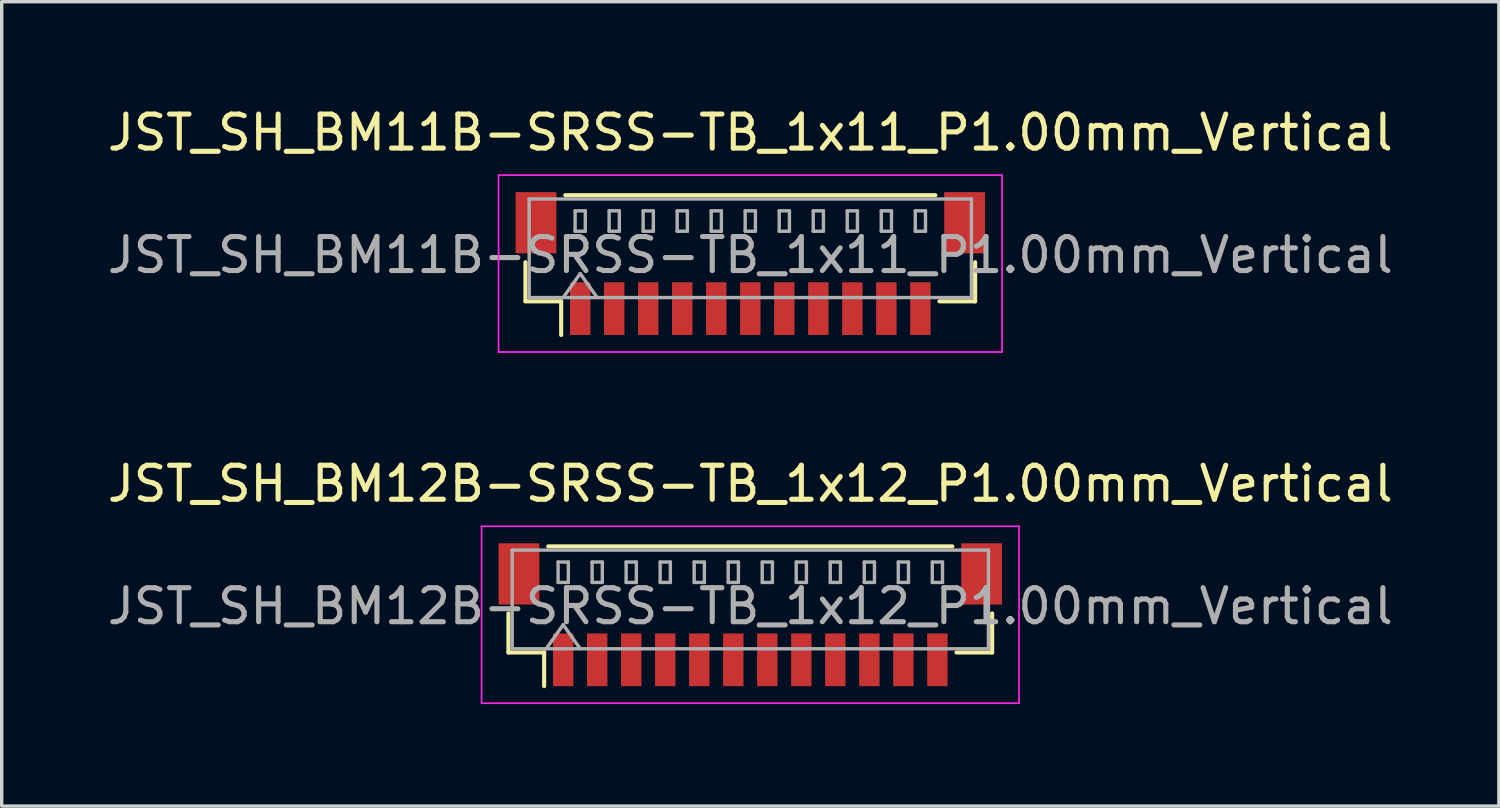
<source format=kicad_pcb>
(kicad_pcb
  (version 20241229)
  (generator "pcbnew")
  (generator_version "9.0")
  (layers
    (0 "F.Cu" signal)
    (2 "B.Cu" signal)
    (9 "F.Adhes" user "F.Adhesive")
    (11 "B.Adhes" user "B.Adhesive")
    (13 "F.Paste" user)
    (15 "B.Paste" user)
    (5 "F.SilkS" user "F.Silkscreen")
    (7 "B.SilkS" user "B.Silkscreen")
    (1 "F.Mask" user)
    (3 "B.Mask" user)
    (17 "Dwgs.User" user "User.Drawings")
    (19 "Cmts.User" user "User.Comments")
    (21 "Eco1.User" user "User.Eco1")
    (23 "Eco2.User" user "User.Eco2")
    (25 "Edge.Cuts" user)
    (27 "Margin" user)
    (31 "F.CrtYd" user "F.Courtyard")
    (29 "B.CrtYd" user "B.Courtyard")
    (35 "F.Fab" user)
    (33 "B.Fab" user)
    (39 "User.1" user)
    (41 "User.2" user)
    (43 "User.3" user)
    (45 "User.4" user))
  (footprint "JST_SH_BM12B-SRSS-TB_1x12_P1.00mm_Vertical"
    (layer "F.Cu")
    (at 19.006 15.021)
    (property "Reference" "JST_SH_BM12B-SRSS-TB_1x12_P1.00mm_Vertical" (at 0 -3.85 0) (layer "F.SilkS") (effects (font (size 1 1) (thickness 0.15))))
    (attr smd)
    (fp_line (start -7.11 -0.04) (end -7.11 1.11) (stroke (width 0.12) (type solid)) (layer "F.SilkS"))
    (fp_line (start -7.11 1.11) (end -6.06 1.11) (stroke (width 0.12) (type solid)) (layer "F.SilkS"))
    (fp_line (start -6.06 1.11) (end -6.06 2.1) (stroke (width 0.12) (type solid)) (layer "F.SilkS"))
    (fp_line (start -5.94 -2.01) (end 5.94 -2.01) (stroke (width 0.12) (type solid)) (layer "F.SilkS"))
    (fp_line (start 7.11 -0.04) (end 7.11 1.11) (stroke (width 0.12) (type solid)) (layer "F.SilkS"))
    (fp_line (start 7.11 1.11) (end 6.06 1.11) (stroke (width 0.12) (type solid)) (layer "F.SilkS"))
    (fp_line (start -7.9 -2.6) (end -7.9 2.6) (stroke (width 0.05) (type solid)) (layer "F.CrtYd"))
    (fp_line (start -7.9 2.6) (end 7.9 2.6) (stroke (width 0.05) (type solid)) (layer "F.CrtYd"))
    (fp_line (start 7.9 -2.6) (end -7.9 -2.6) (stroke (width 0.05) (type solid)) (layer "F.CrtYd"))
    (fp_line (start 7.9 2.6) (end 7.9 -2.6) (stroke (width 0.05) (type solid)) (layer "F.CrtYd"))
    (fp_line (start -7 -1.9) (end 7 -1.9) (stroke (width 0.1) (type solid)) (layer "F.Fab"))
    (fp_line (start -7 1) (end -7 -1.9) (stroke (width 0.1) (type solid)) (layer "F.Fab"))
    (fp_line (start -7 1) (end 7 1) (stroke (width 0.1) (type solid)) (layer "F.Fab"))
    (fp_line (start -6 1) (end -5.5 0.293) (stroke (width 0.1) (type solid)) (layer "F.Fab"))
    (fp_line (start -5.65 -1.55) (end -5.65 -0.95) (stroke (width 0.1) (type solid)) (layer "F.Fab"))
    (fp_line (start -5.65 -0.95) (end -5.35 -0.95) (stroke (width 0.1) (type solid)) (layer "F.Fab"))
    (fp_line (start -5.5 0.293) (end -5 1) (stroke (width 0.1) (type solid)) (layer "F.Fab"))
    (fp_line (start -5.35 -1.55) (end -5.65 -1.55) (stroke (width 0.1) (type solid)) (layer "F.Fab"))
    (fp_line (start -5.35 -0.95) (end -5.35 -1.55) (stroke (width 0.1) (type solid)) (layer "F.Fab"))
    (fp_line (start -4.65 -1.55) (end -4.65 -0.95) (stroke (width 0.1) (type solid)) (layer "F.Fab"))
    (fp_line (start -4.65 -0.95) (end -4.35 -0.95) (stroke (width 0.1) (type solid)) (layer "F.Fab"))
    (fp_line (start -4.35 -1.55) (end -4.65 -1.55) (stroke (width 0.1) (type solid)) (layer "F.Fab"))
    (fp_line (start -4.35 -0.95) (end -4.35 -1.55) (stroke (width 0.1) (type solid)) (layer "F.Fab"))
    (fp_line (start -3.65 -1.55) (end -3.65 -0.95) (stroke (width 0.1) (type solid)) (layer "F.Fab"))
    (fp_line (start -3.65 -0.95) (end -3.35 -0.95) (stroke (width 0.1) (type solid)) (layer "F.Fab"))
    (fp_line (start -3.35 -1.55) (end -3.65 -1.55) (stroke (width 0.1) (type solid)) (layer "F.Fab"))
    (fp_line (start -3.35 -0.95) (end -3.35 -1.55) (stroke (width 0.1) (type solid)) (layer "F.Fab"))
    (fp_line (start -2.65 -1.55) (end -2.65 -0.95) (stroke (width 0.1) (type solid)) (layer "F.Fab"))
    (fp_line (start -2.65 -0.95) (end -2.35 -0.95) (stroke (width 0.1) (type solid)) (layer "F.Fab"))
    (fp_line (start -2.35 -1.55) (end -2.65 -1.55) (stroke (width 0.1) (type solid)) (layer "F.Fab"))
    (fp_line (start -2.35 -0.95) (end -2.35 -1.55) (stroke (width 0.1) (type solid)) (layer "F.Fab"))
    (fp_line (start -1.65 -1.55) (end -1.65 -0.95) (stroke (width 0.1) (type solid)) (layer "F.Fab"))
    (fp_line (start -1.65 -0.95) (end -1.35 -0.95) (stroke (width 0.1) (type solid)) (layer "F.Fab"))
    (fp_line (start -1.35 -1.55) (end -1.65 -1.55) (stroke (width 0.1) (type solid)) (layer "F.Fab"))
    (fp_line (start -1.35 -0.95) (end -1.35 -1.55) (stroke (width 0.1) (type solid)) (layer "F.Fab"))
    (fp_line (start -0.65 -1.55) (end -0.65 -0.95) (stroke (width 0.1) (type solid)) (layer "F.Fab"))
    (fp_line (start -0.65 -0.95) (end -0.35 -0.95) (stroke (width 0.1) (type solid)) (layer "F.Fab"))
    (fp_line (start -0.35 -1.55) (end -0.65 -1.55) (stroke (width 0.1) (type solid)) (layer "F.Fab"))
    (fp_line (start -0.35 -0.95) (end -0.35 -1.55) (stroke (width 0.1) (type solid)) (layer "F.Fab"))
    (fp_line (start 0.35 -1.55) (end 0.35 -0.95) (stroke (width 0.1) (type solid)) (layer "F.Fab"))
    (fp_line (start 0.35 -0.95) (end 0.65 -0.95) (stroke (width 0.1) (type solid)) (layer "F.Fab"))
    (fp_line (start 0.65 -1.55) (end 0.35 -1.55) (stroke (width 0.1) (type solid)) (layer "F.Fab"))
    (fp_line (start 0.65 -0.95) (end 0.65 -1.55) (stroke (width 0.1) (type solid)) (layer "F.Fab"))
    (fp_line (start 1.35 -1.55) (end 1.35 -0.95) (stroke (width 0.1) (type solid)) (layer "F.Fab"))
    (fp_line (start 1.35 -0.95) (end 1.65 -0.95) (stroke (width 0.1) (type solid)) (layer "F.Fab"))
    (fp_line (start 1.65 -1.55) (end 1.35 -1.55) (stroke (width 0.1) (type solid)) (layer "F.Fab"))
    (fp_line (start 1.65 -0.95) (end 1.65 -1.55) (stroke (width 0.1) (type solid)) (layer "F.Fab"))
    (fp_line (start 2.35 -1.55) (end 2.35 -0.95) (stroke (width 0.1) (type solid)) (layer "F.Fab"))
    (fp_line (start 2.35 -0.95) (end 2.65 -0.95) (stroke (width 0.1) (type solid)) (layer "F.Fab"))
    (fp_line (start 2.65 -1.55) (end 2.35 -1.55) (stroke (width 0.1) (type solid)) (layer "F.Fab"))
    (fp_line (start 2.65 -0.95) (end 2.65 -1.55) (stroke (width 0.1) (type solid)) (layer "F.Fab"))
    (fp_line (start 3.35 -1.55) (end 3.35 -0.95) (stroke (width 0.1) (type solid)) (layer "F.Fab"))
    (fp_line (start 3.35 -0.95) (end 3.65 -0.95) (stroke (width 0.1) (type solid)) (layer "F.Fab"))
    (fp_line (start 3.65 -1.55) (end 3.35 -1.55) (stroke (width 0.1) (type solid)) (layer "F.Fab"))
    (fp_line (start 3.65 -0.95) (end 3.65 -1.55) (stroke (width 0.1) (type solid)) (layer "F.Fab"))
    (fp_line (start 4.35 -1.55) (end 4.35 -0.95) (stroke (width 0.1) (type solid)) (layer "F.Fab"))
    (fp_line (start 4.35 -0.95) (end 4.65 -0.95) (stroke (width 0.1) (type solid)) (layer "F.Fab"))
    (fp_line (start 4.65 -1.55) (end 4.35 -1.55) (stroke (width 0.1) (type solid)) (layer "F.Fab"))
    (fp_line (start 4.65 -0.95) (end 4.65 -1.55) (stroke (width 0.1) (type solid)) (layer "F.Fab"))
    (fp_line (start 5.35 -1.55) (end 5.35 -0.95) (stroke (width 0.1) (type solid)) (layer "F.Fab"))
    (fp_line (start 5.35 -0.95) (end 5.65 -0.95) (stroke (width 0.1) (type solid)) (layer "F.Fab"))
    (fp_line (start 5.65 -1.55) (end 5.35 -1.55) (stroke (width 0.1) (type solid)) (layer "F.Fab"))
    (fp_line (start 5.65 -0.95) (end 5.65 -1.55) (stroke (width 0.1) (type solid)) (layer "F.Fab"))
    (fp_line (start 7 1) (end 7 -1.9) (stroke (width 0.1) (type solid)) (layer "F.Fab"))
    (fp_text user "${REFERENCE}" (at 0 -0.25 0) (layer "F.Fab") (effects (font (size 1 1) (thickness 0.15))))
    (pad "" smd rect (at -6.8 -1.2) (size 1.2 1.8) (layers "F.Cu" "F.Mask" "F.Paste"))
    (pad "" smd rect (at 6.8 -1.2) (size 1.2 1.8) (layers "F.Cu" "F.Mask" "F.Paste"))
    (pad "1" smd rect (at -5.5 1.325) (size 0.6 1.55) (layers "F.Cu" "F.Mask" "F.Paste"))
    (pad "2" smd rect (at -4.5 1.325) (size 0.6 1.55) (layers "F.Cu" "F.Mask" "F.Paste"))
    (pad "3" smd rect (at -3.5 1.325) (size 0.6 1.55) (layers "F.Cu" "F.Mask" "F.Paste"))
    (pad "4" smd rect (at -2.5 1.325) (size 0.6 1.55) (layers "F.Cu" "F.Mask" "F.Paste"))
    (pad "5" smd rect (at -1.5 1.325) (size 0.6 1.55) (layers "F.Cu" "F.Mask" "F.Paste"))
    (pad "6" smd rect (at -0.5 1.325) (size 0.6 1.55) (layers "F.Cu" "F.Mask" "F.Paste"))
    (pad "7" smd rect (at 0.5 1.325) (size 0.6 1.55) (layers "F.Cu" "F.Mask" "F.Paste"))
    (pad "8" smd rect (at 1.5 1.325) (size 0.6 1.55) (layers "F.Cu" "F.Mask" "F.Paste"))
    (pad "9" smd rect (at 2.5 1.325) (size 0.6 1.55) (layers "F.Cu" "F.Mask" "F.Paste"))
    (pad "10" smd rect (at 3.5 1.325) (size 0.6 1.55) (layers "F.Cu" "F.Mask" "F.Paste"))
    (pad "11" smd rect (at 4.5 1.325) (size 0.6 1.55) (layers "F.Cu" "F.Mask" "F.Paste"))
    (pad "12" smd rect (at 5.5 1.325) (size 0.6 1.55) (layers "F.Cu" "F.Mask" "F.Paste")))
  (footprint "JST_SH_BM11B-SRSS-TB_1x11_P1.00mm_Vertical"
    (layer "F.Cu")
    (at 19.006 4.698)
    (property "Reference" "JST_SH_BM11B-SRSS-TB_1x11_P1.00mm_Vertical" (at 0 -3.85 0) (layer "F.SilkS") (effects (font (size 1 1) (thickness 0.15))))
    (attr smd)
    (fp_line (start -6.61 -0.04) (end -6.61 1.11) (stroke (width 0.12) (type solid)) (layer "F.SilkS"))
    (fp_line (start -6.61 1.11) (end -5.56 1.11) (stroke (width 0.12) (type solid)) (layer "F.SilkS"))
    (fp_line (start -5.56 1.11) (end -5.56 2.1) (stroke (width 0.12) (type solid)) (layer "F.SilkS"))
    (fp_line (start -5.44 -2.01) (end 5.44 -2.01) (stroke (width 0.12) (type solid)) (layer "F.SilkS"))
    (fp_line (start 6.61 -0.04) (end 6.61 1.11) (stroke (width 0.12) (type solid)) (layer "F.SilkS"))
    (fp_line (start 6.61 1.11) (end 5.56 1.11) (stroke (width 0.12) (type solid)) (layer "F.SilkS"))
    (fp_line (start -7.4 -2.6) (end -7.4 2.6) (stroke (width 0.05) (type solid)) (layer "F.CrtYd"))
    (fp_line (start -7.4 2.6) (end 7.4 2.6) (stroke (width 0.05) (type solid)) (layer "F.CrtYd"))
    (fp_line (start 7.4 -2.6) (end -7.4 -2.6) (stroke (width 0.05) (type solid)) (layer "F.CrtYd"))
    (fp_line (start 7.4 2.6) (end 7.4 -2.6) (stroke (width 0.05) (type solid)) (layer "F.CrtYd"))
    (fp_line (start -6.5 -1.9) (end 6.5 -1.9) (stroke (width 0.1) (type solid)) (layer "F.Fab"))
    (fp_line (start -6.5 1) (end -6.5 -1.9) (stroke (width 0.1) (type solid)) (layer "F.Fab"))
    (fp_line (start -6.5 1) (end 6.5 1) (stroke (width 0.1) (type solid)) (layer "F.Fab"))
    (fp_line (start -5.5 1) (end -5 0.293) (stroke (width 0.1) (type solid)) (layer "F.Fab"))
    (fp_line (start -5.15 -1.55) (end -5.15 -0.95) (stroke (width 0.1) (type solid)) (layer "F.Fab"))
    (fp_line (start -5.15 -0.95) (end -4.85 -0.95) (stroke (width 0.1) (type solid)) (layer "F.Fab"))
    (fp_line (start -5 0.293) (end -4.5 1) (stroke (width 0.1) (type solid)) (layer "F.Fab"))
    (fp_line (start -4.85 -1.55) (end -5.15 -1.55) (stroke (width 0.1) (type solid)) (layer "F.Fab"))
    (fp_line (start -4.85 -0.95) (end -4.85 -1.55) (stroke (width 0.1) (type solid)) (layer "F.Fab"))
    (fp_line (start -4.15 -1.55) (end -4.15 -0.95) (stroke (width 0.1) (type solid)) (layer "F.Fab"))
    (fp_line (start -4.15 -0.95) (end -3.85 -0.95) (stroke (width 0.1) (type solid)) (layer "F.Fab"))
    (fp_line (start -3.85 -1.55) (end -4.15 -1.55) (stroke (width 0.1) (type solid)) (layer "F.Fab"))
    (fp_line (start -3.85 -0.95) (end -3.85 -1.55) (stroke (width 0.1) (type solid)) (layer "F.Fab"))
    (fp_line (start -3.15 -1.55) (end -3.15 -0.95) (stroke (width 0.1) (type solid)) (layer "F.Fab"))
    (fp_line (start -3.15 -0.95) (end -2.85 -0.95) (stroke (width 0.1) (type solid)) (layer "F.Fab"))
    (fp_line (start -2.85 -1.55) (end -3.15 -1.55) (stroke (width 0.1) (type solid)) (layer "F.Fab"))
    (fp_line (start -2.85 -0.95) (end -2.85 -1.55) (stroke (width 0.1) (type solid)) (layer "F.Fab"))
    (fp_line (start -2.15 -1.55) (end -2.15 -0.95) (stroke (width 0.1) (type solid)) (layer "F.Fab"))
    (fp_line (start -2.15 -0.95) (end -1.85 -0.95) (stroke (width 0.1) (type solid)) (layer "F.Fab"))
    (fp_line (start -1.85 -1.55) (end -2.15 -1.55) (stroke (width 0.1) (type solid)) (layer "F.Fab"))
    (fp_line (start -1.85 -0.95) (end -1.85 -1.55) (stroke (width 0.1) (type solid)) (layer "F.Fab"))
    (fp_line (start -1.15 -1.55) (end -1.15 -0.95) (stroke (width 0.1) (type solid)) (layer "F.Fab"))
    (fp_line (start -1.15 -0.95) (end -0.85 -0.95) (stroke (width 0.1) (type solid)) (layer "F.Fab"))
    (fp_line (start -0.85 -1.55) (end -1.15 -1.55) (stroke (width 0.1) (type solid)) (layer "F.Fab"))
    (fp_line (start -0.85 -0.95) (end -0.85 -1.55) (stroke (width 0.1) (type solid)) (layer "F.Fab"))
    (fp_line (start -0.15 -1.55) (end -0.15 -0.95) (stroke (width 0.1) (type solid)) (layer "F.Fab"))
    (fp_line (start -0.15 -0.95) (end 0.15 -0.95) (stroke (width 0.1) (type solid)) (layer "F.Fab"))
    (fp_line (start 0.15 -1.55) (end -0.15 -1.55) (stroke (width 0.1) (type solid)) (layer "F.Fab"))
    (fp_line (start 0.15 -0.95) (end 0.15 -1.55) (stroke (width 0.1) (type solid)) (layer "F.Fab"))
    (fp_line (start 0.85 -1.55) (end 0.85 -0.95) (stroke (width 0.1) (type solid)) (layer "F.Fab"))
    (fp_line (start 0.85 -0.95) (end 1.15 -0.95) (stroke (width 0.1) (type solid)) (layer "F.Fab"))
    (fp_line (start 1.15 -1.55) (end 0.85 -1.55) (stroke (width 0.1) (type solid)) (layer "F.Fab"))
    (fp_line (start 1.15 -0.95) (end 1.15 -1.55) (stroke (width 0.1) (type solid)) (layer "F.Fab"))
    (fp_line (start 1.85 -1.55) (end 1.85 -0.95) (stroke (width 0.1) (type solid)) (layer "F.Fab"))
    (fp_line (start 1.85 -0.95) (end 2.15 -0.95) (stroke (width 0.1) (type solid)) (layer "F.Fab"))
    (fp_line (start 2.15 -1.55) (end 1.85 -1.55) (stroke (width 0.1) (type solid)) (layer "F.Fab"))
    (fp_line (start 2.15 -0.95) (end 2.15 -1.55) (stroke (width 0.1) (type solid)) (layer "F.Fab"))
    (fp_line (start 2.85 -1.55) (end 2.85 -0.95) (stroke (width 0.1) (type solid)) (layer "F.Fab"))
    (fp_line (start 2.85 -0.95) (end 3.15 -0.95) (stroke (width 0.1) (type solid)) (layer "F.Fab"))
    (fp_line (start 3.15 -1.55) (end 2.85 -1.55) (stroke (width 0.1) (type solid)) (layer "F.Fab"))
    (fp_line (start 3.15 -0.95) (end 3.15 -1.55) (stroke (width 0.1) (type solid)) (layer "F.Fab"))
    (fp_line (start 3.85 -1.55) (end 3.85 -0.95) (stroke (width 0.1) (type solid)) (layer "F.Fab"))
    (fp_line (start 3.85 -0.95) (end 4.15 -0.95) (stroke (width 0.1) (type solid)) (layer "F.Fab"))
    (fp_line (start 4.15 -1.55) (end 3.85 -1.55) (stroke (width 0.1) (type solid)) (layer "F.Fab"))
    (fp_line (start 4.15 -0.95) (end 4.15 -1.55) (stroke (width 0.1) (type solid)) (layer "F.Fab"))
    (fp_line (start 4.85 -1.55) (end 4.85 -0.95) (stroke (width 0.1) (type solid)) (layer "F.Fab"))
    (fp_line (start 4.85 -0.95) (end 5.15 -0.95) (stroke (width 0.1) (type solid)) (layer "F.Fab"))
    (fp_line (start 5.15 -1.55) (end 4.85 -1.55) (stroke (width 0.1) (type solid)) (layer "F.Fab"))
    (fp_line (start 5.15 -0.95) (end 5.15 -1.55) (stroke (width 0.1) (type solid)) (layer "F.Fab"))
    (fp_line (start 6.5 1) (end 6.5 -1.9) (stroke (width 0.1) (type solid)) (layer "F.Fab"))
    (fp_text user "${REFERENCE}" (at 0 -0.25 0) (layer "F.Fab") (effects (font (size 1 1) (thickness 0.15))))
    (pad "" smd rect (at -6.3 -1.2) (size 1.2 1.8) (layers "F.Cu" "F.Mask" "F.Paste"))
    (pad "" smd rect (at 6.3 -1.2) (size 1.2 1.8) (layers "F.Cu" "F.Mask" "F.Paste"))
    (pad "1" smd rect (at -5 1.325) (size 0.6 1.55) (layers "F.Cu" "F.Mask" "F.Paste"))
    (pad "2" smd rect (at -4 1.325) (size 0.6 1.55) (layers "F.Cu" "F.Mask" "F.Paste"))
    (pad "3" smd rect (at -3 1.325) (size 0.6 1.55) (layers "F.Cu" "F.Mask" "F.Paste"))
    (pad "4" smd rect (at -2 1.325) (size 0.6 1.55) (layers "F.Cu" "F.Mask" "F.Paste"))
    (pad "5" smd rect (at -1 1.325) (size 0.6 1.55) (layers "F.Cu" "F.Mask" "F.Paste"))
    (pad "6" smd rect (at 0 1.325) (size 0.6 1.55) (layers "F.Cu" "F.Mask" "F.Paste"))
    (pad "7" smd rect (at 1 1.325) (size 0.6 1.55) (layers "F.Cu" "F.Mask" "F.Paste"))
    (pad "8" smd rect (at 2 1.325) (size 0.6 1.55) (layers "F.Cu" "F.Mask" "F.Paste"))
    (pad "9" smd rect (at 3 1.325) (size 0.6 1.55) (layers "F.Cu" "F.Mask" "F.Paste"))
    (pad "10" smd rect (at 4 1.325) (size 0.6 1.55) (layers "F.Cu" "F.Mask" "F.Paste"))
    (pad "11" smd rect (at 5 1.325) (size 0.6 1.55) (layers "F.Cu" "F.Mask" "F.Paste")))
  (gr_rect
    (start -3 -3)
    (end 41.012 20.646)
    (stroke (width 0.1) (type default))
    (fill no)
    (layer "Edge.Cuts")))
</source>
